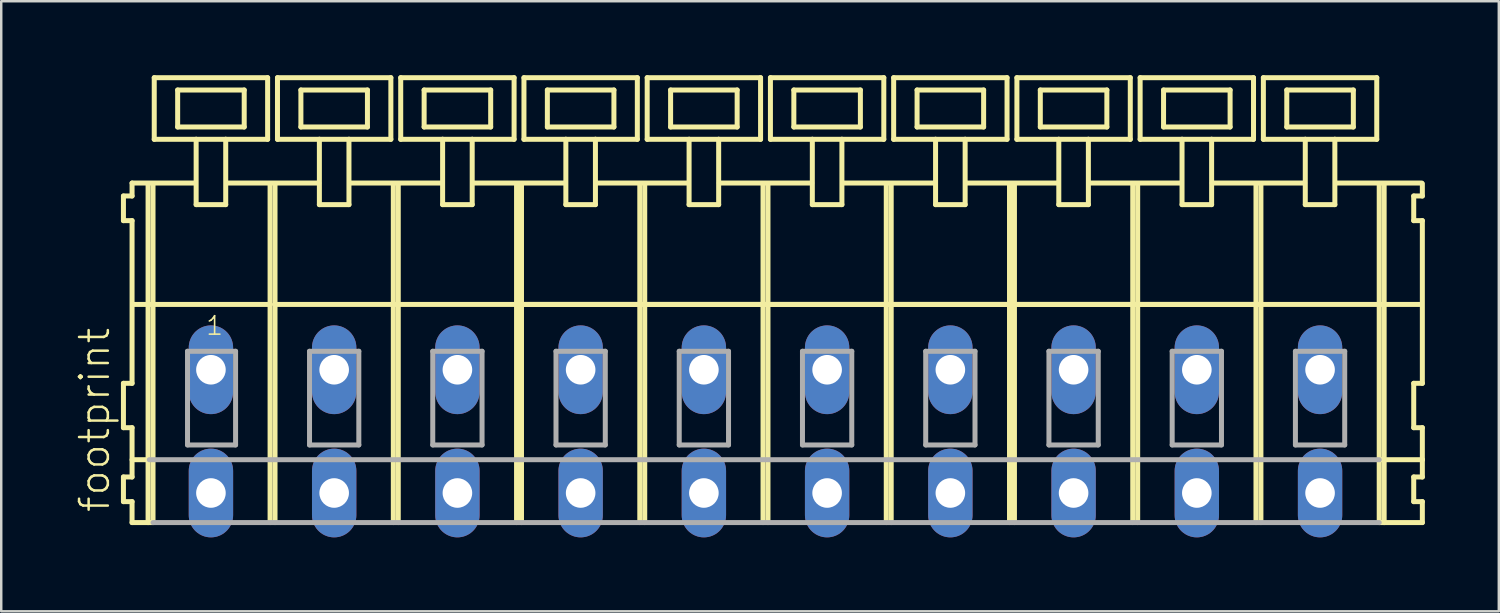
<source format=kicad_pcb>
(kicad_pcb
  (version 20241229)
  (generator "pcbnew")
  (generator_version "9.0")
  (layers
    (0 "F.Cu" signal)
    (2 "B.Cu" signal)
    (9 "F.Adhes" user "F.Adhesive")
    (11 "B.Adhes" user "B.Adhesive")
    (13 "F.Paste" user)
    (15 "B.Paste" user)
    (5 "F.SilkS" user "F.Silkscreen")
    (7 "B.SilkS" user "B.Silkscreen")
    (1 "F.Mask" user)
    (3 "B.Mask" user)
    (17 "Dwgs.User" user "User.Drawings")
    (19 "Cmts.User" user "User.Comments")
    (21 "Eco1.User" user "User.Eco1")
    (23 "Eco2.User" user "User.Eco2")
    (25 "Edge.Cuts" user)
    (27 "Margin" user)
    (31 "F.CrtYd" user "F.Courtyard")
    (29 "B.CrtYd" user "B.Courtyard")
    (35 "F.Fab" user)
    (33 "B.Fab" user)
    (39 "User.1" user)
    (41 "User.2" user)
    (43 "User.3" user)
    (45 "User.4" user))
  (footprint "footprint"
    (layer "F.Cu")
    (at 28.008 11.952)
    (property "Reference" "footprint" (at -26.535 5.855 90) (layer "F.SilkS") (effects (font (size 1.168 1.168) (thickness 0.102)) (justify left bottom)))
    (fp_line (start -26.05 -7.05) (end -26.05 -6.05) (stroke (width 0.203) (type solid)) (layer "F.SilkS"))
    (fp_line (start -26.05 -6.05) (end -25.7 -6.05) (stroke (width 0.203) (type solid)) (layer "F.SilkS"))
    (fp_line (start -26.05 0.55) (end -26.05 2.35) (stroke (width 0.203) (type solid)) (layer "F.SilkS"))
    (fp_line (start -26.05 2.35) (end -25.7 2.35) (stroke (width 0.203) (type solid)) (layer "F.SilkS"))
    (fp_line (start -26.05 4.35) (end -26.05 5.35) (stroke (width 0.203) (type solid)) (layer "F.SilkS"))
    (fp_line (start -26.05 5.35) (end -25.7 5.35) (stroke (width 0.203) (type solid)) (layer "F.SilkS"))
    (fp_line (start -25.7 -7.575) (end -25.7 -7.05) (stroke (width 0.203) (type solid)) (layer "F.SilkS"))
    (fp_line (start -25.7 -7.575) (end -23.125 -7.575) (stroke (width 0.203) (type solid)) (layer "F.SilkS"))
    (fp_line (start -25.7 -7.05) (end -26.05 -7.05) (stroke (width 0.203) (type solid)) (layer "F.SilkS"))
    (fp_line (start -25.7 -6.05) (end -25.7 0.55) (stroke (width 0.203) (type solid)) (layer "F.SilkS"))
    (fp_line (start -25.7 0.55) (end -26.05 0.55) (stroke (width 0.203) (type solid)) (layer "F.SilkS"))
    (fp_line (start -25.7 2.35) (end -25.7 4.35) (stroke (width 0.203) (type solid)) (layer "F.SilkS"))
    (fp_line (start -25.7 3.65) (end -25 3.65) (stroke (width 0.203) (type solid)) (layer "F.SilkS"))
    (fp_line (start -25.7 4.35) (end -26.05 4.35) (stroke (width 0.203) (type solid)) (layer "F.SilkS"))
    (fp_line (start -25.7 5.35) (end -25.7 6.2) (stroke (width 0.203) (type solid)) (layer "F.SilkS"))
    (fp_line (start -25.7 6.2) (end -25.05 6.2) (stroke (width 0.203) (type solid)) (layer "F.SilkS"))
    (fp_line (start -25.65 -2.65) (end -20.1 -2.65) (stroke (width 0.203) (type solid)) (layer "F.SilkS"))
    (fp_line (start -25.05 -7.55) (end -25.05 6.2) (stroke (width 0.203) (type solid)) (layer "F.SilkS"))
    (fp_line (start -25.05 6.2) (end -24.85 6.2) (stroke (width 0.203) (type solid)) (layer "F.SilkS"))
    (fp_line (start -24.85 -7.55) (end -24.85 6.2) (stroke (width 0.203) (type solid)) (layer "F.SilkS"))
    (fp_line (start -24.8 -11.85) (end -24.8 -9.35) (stroke (width 0.203) (type solid)) (layer "F.SilkS"))
    (fp_line (start -24.8 -9.35) (end -23.1 -9.35) (stroke (width 0.203) (type solid)) (layer "F.SilkS"))
    (fp_line (start -23.85 -11.35) (end -23.85 -9.85) (stroke (width 0.203) (type solid)) (layer "F.SilkS"))
    (fp_line (start -23.85 -9.85) (end -21.15 -9.85) (stroke (width 0.203) (type solid)) (layer "F.SilkS"))
    (fp_line (start -23.1 -9.35) (end -23.1 -6.7) (stroke (width 0.203) (type solid)) (layer "F.SilkS"))
    (fp_line (start -23.1 -9.35) (end -21.9 -9.35) (stroke (width 0.203) (type solid)) (layer "F.SilkS"))
    (fp_line (start -23.1 -6.7) (end -21.9 -6.7) (stroke (width 0.203) (type solid)) (layer "F.SilkS"))
    (fp_line (start -21.9 -9.35) (end -20.2 -9.35) (stroke (width 0.203) (type solid)) (layer "F.SilkS"))
    (fp_line (start -21.9 -6.7) (end -21.9 -9.35) (stroke (width 0.203) (type solid)) (layer "F.SilkS"))
    (fp_line (start -21.825 -7.575) (end -18.125 -7.575) (stroke (width 0.203) (type solid)) (layer "F.SilkS"))
    (fp_line (start -21.15 -11.35) (end -23.85 -11.35) (stroke (width 0.203) (type solid)) (layer "F.SilkS"))
    (fp_line (start -21.15 -9.85) (end -21.15 -11.35) (stroke (width 0.203) (type solid)) (layer "F.SilkS"))
    (fp_line (start -20.2 -11.85) (end -24.8 -11.85) (stroke (width 0.203) (type solid)) (layer "F.SilkS"))
    (fp_line (start -20.2 -9.35) (end -20.2 -11.85) (stroke (width 0.203) (type solid)) (layer "F.SilkS"))
    (fp_line (start -20.1 -7.55) (end -20.1 -2.65) (stroke (width 0.203) (type solid)) (layer "F.SilkS"))
    (fp_line (start -20.1 -2.65) (end -20.1 6.2) (stroke (width 0.203) (type solid)) (layer "F.SilkS"))
    (fp_line (start -19.9 -7.55) (end -19.9 -2.65) (stroke (width 0.203) (type solid)) (layer "F.SilkS"))
    (fp_line (start -19.9 -2.65) (end -19.9 6.2) (stroke (width 0.203) (type solid)) (layer "F.SilkS"))
    (fp_line (start -19.9 -2.65) (end -15.1 -2.65) (stroke (width 0.203) (type solid)) (layer "F.SilkS"))
    (fp_line (start -19.8 -11.85) (end -19.8 -9.35) (stroke (width 0.203) (type solid)) (layer "F.SilkS"))
    (fp_line (start -19.8 -9.35) (end -18.1 -9.35) (stroke (width 0.203) (type solid)) (layer "F.SilkS"))
    (fp_line (start -18.85 -11.35) (end -18.85 -9.85) (stroke (width 0.203) (type solid)) (layer "F.SilkS"))
    (fp_line (start -18.85 -9.85) (end -16.15 -9.85) (stroke (width 0.203) (type solid)) (layer "F.SilkS"))
    (fp_line (start -18.1 -9.35) (end -18.1 -6.7) (stroke (width 0.203) (type solid)) (layer "F.SilkS"))
    (fp_line (start -18.1 -9.35) (end -16.9 -9.35) (stroke (width 0.203) (type solid)) (layer "F.SilkS"))
    (fp_line (start -18.1 -6.7) (end -16.9 -6.7) (stroke (width 0.203) (type solid)) (layer "F.SilkS"))
    (fp_line (start -16.9 -9.35) (end -15.2 -9.35) (stroke (width 0.203) (type solid)) (layer "F.SilkS"))
    (fp_line (start -16.9 -6.7) (end -16.9 -9.35) (stroke (width 0.203) (type solid)) (layer "F.SilkS"))
    (fp_line (start -16.875 -7.575) (end -13.125 -7.575) (stroke (width 0.203) (type solid)) (layer "F.SilkS"))
    (fp_line (start -16.15 -11.35) (end -18.85 -11.35) (stroke (width 0.203) (type solid)) (layer "F.SilkS"))
    (fp_line (start -16.15 -9.85) (end -16.15 -11.35) (stroke (width 0.203) (type solid)) (layer "F.SilkS"))
    (fp_line (start -15.2 -11.85) (end -19.8 -11.85) (stroke (width 0.203) (type solid)) (layer "F.SilkS"))
    (fp_line (start -15.2 -9.35) (end -15.2 -11.85) (stroke (width 0.203) (type solid)) (layer "F.SilkS"))
    (fp_line (start -15.1 -7.55) (end -15.1 -2.65) (stroke (width 0.203) (type solid)) (layer "F.SilkS"))
    (fp_line (start -15.1 -2.65) (end -15.1 6.2) (stroke (width 0.203) (type solid)) (layer "F.SilkS"))
    (fp_line (start -15.1 -2.65) (end -14.9 -2.65) (stroke (width 0.203) (type solid)) (layer "F.SilkS"))
    (fp_line (start -14.9 -7.55) (end -14.9 -2.65) (stroke (width 0.203) (type solid)) (layer "F.SilkS"))
    (fp_line (start -14.9 -2.65) (end -14.9 6.2) (stroke (width 0.203) (type solid)) (layer "F.SilkS"))
    (fp_line (start -14.9 -2.65) (end -10.1 -2.65) (stroke (width 0.203) (type solid)) (layer "F.SilkS"))
    (fp_line (start -14.8 -11.85) (end -14.8 -9.35) (stroke (width 0.203) (type solid)) (layer "F.SilkS"))
    (fp_line (start -14.8 -9.35) (end -13.1 -9.35) (stroke (width 0.203) (type solid)) (layer "F.SilkS"))
    (fp_line (start -13.85 -11.35) (end -13.85 -9.85) (stroke (width 0.203) (type solid)) (layer "F.SilkS"))
    (fp_line (start -13.85 -9.85) (end -11.15 -9.85) (stroke (width 0.203) (type solid)) (layer "F.SilkS"))
    (fp_line (start -13.1 -9.35) (end -13.1 -6.7) (stroke (width 0.203) (type solid)) (layer "F.SilkS"))
    (fp_line (start -13.1 -9.35) (end -11.9 -9.35) (stroke (width 0.203) (type solid)) (layer "F.SilkS"))
    (fp_line (start -13.1 -6.7) (end -11.9 -6.7) (stroke (width 0.203) (type solid)) (layer "F.SilkS"))
    (fp_line (start -11.9 -9.35) (end -10.2 -9.35) (stroke (width 0.203) (type solid)) (layer "F.SilkS"))
    (fp_line (start -11.9 -6.7) (end -11.9 -9.35) (stroke (width 0.203) (type solid)) (layer "F.SilkS"))
    (fp_line (start -11.875 -7.575) (end -8.125 -7.575) (stroke (width 0.203) (type solid)) (layer "F.SilkS"))
    (fp_line (start -11.15 -11.35) (end -13.85 -11.35) (stroke (width 0.203) (type solid)) (layer "F.SilkS"))
    (fp_line (start -11.15 -9.85) (end -11.15 -11.35) (stroke (width 0.203) (type solid)) (layer "F.SilkS"))
    (fp_line (start -10.2 -11.85) (end -14.8 -11.85) (stroke (width 0.203) (type solid)) (layer "F.SilkS"))
    (fp_line (start -10.2 -9.35) (end -10.2 -11.85) (stroke (width 0.203) (type solid)) (layer "F.SilkS"))
    (fp_line (start -10.1 -7.55) (end -10.1 -2.65) (stroke (width 0.203) (type solid)) (layer "F.SilkS"))
    (fp_line (start -10.1 -2.65) (end -10.1 6.2) (stroke (width 0.203) (type solid)) (layer "F.SilkS"))
    (fp_line (start -10.1 -2.65) (end -9.9 -2.65) (stroke (width 0.203) (type solid)) (layer "F.SilkS"))
    (fp_line (start -10.1 -2.65) (end 24.9 -2.65) (stroke (width 0.203) (type solid)) (layer "F.SilkS"))
    (fp_line (start -9.9 -7.55) (end -9.9 -2.65) (stroke (width 0.203) (type solid)) (layer "F.SilkS"))
    (fp_line (start -9.9 -2.65) (end -9.9 6.2) (stroke (width 0.203) (type solid)) (layer "F.SilkS"))
    (fp_line (start -9.9 -2.65) (end -5.1 -2.65) (stroke (width 0.203) (type solid)) (layer "F.SilkS"))
    (fp_line (start -9.8 -11.85) (end -9.8 -9.35) (stroke (width 0.203) (type solid)) (layer "F.SilkS"))
    (fp_line (start -9.8 -9.35) (end -8.1 -9.35) (stroke (width 0.203) (type solid)) (layer "F.SilkS"))
    (fp_line (start -8.85 -11.35) (end -8.85 -9.85) (stroke (width 0.203) (type solid)) (layer "F.SilkS"))
    (fp_line (start -8.85 -9.85) (end -6.15 -9.85) (stroke (width 0.203) (type solid)) (layer "F.SilkS"))
    (fp_line (start -8.1 -9.35) (end -8.1 -6.7) (stroke (width 0.203) (type solid)) (layer "F.SilkS"))
    (fp_line (start -8.1 -9.35) (end -6.9 -9.35) (stroke (width 0.203) (type solid)) (layer "F.SilkS"))
    (fp_line (start -8.1 -6.7) (end -6.9 -6.7) (stroke (width 0.203) (type solid)) (layer "F.SilkS"))
    (fp_line (start -6.9 -9.35) (end -5.2 -9.35) (stroke (width 0.203) (type solid)) (layer "F.SilkS"))
    (fp_line (start -6.9 -6.7) (end -6.9 -9.35) (stroke (width 0.203) (type solid)) (layer "F.SilkS"))
    (fp_line (start -6.875 -7.575) (end -3.125 -7.575) (stroke (width 0.203) (type solid)) (layer "F.SilkS"))
    (fp_line (start -6.15 -11.35) (end -8.85 -11.35) (stroke (width 0.203) (type solid)) (layer "F.SilkS"))
    (fp_line (start -6.15 -9.85) (end -6.15 -11.35) (stroke (width 0.203) (type solid)) (layer "F.SilkS"))
    (fp_line (start -5.2 -11.85) (end -9.8 -11.85) (stroke (width 0.203) (type solid)) (layer "F.SilkS"))
    (fp_line (start -5.2 -9.35) (end -5.2 -11.85) (stroke (width 0.203) (type solid)) (layer "F.SilkS"))
    (fp_line (start -5.1 -7.55) (end -5.1 -2.65) (stroke (width 0.203) (type solid)) (layer "F.SilkS"))
    (fp_line (start -5.1 -2.65) (end -5.1 6.2) (stroke (width 0.203) (type solid)) (layer "F.SilkS"))
    (fp_line (start -5.1 -2.65) (end -4.9 -2.65) (stroke (width 0.203) (type solid)) (layer "F.SilkS"))
    (fp_line (start -4.9 -7.55) (end -4.9 -2.65) (stroke (width 0.203) (type solid)) (layer "F.SilkS"))
    (fp_line (start -4.9 -2.65) (end -4.9 6.2) (stroke (width 0.203) (type solid)) (layer "F.SilkS"))
    (fp_line (start -4.9 -2.65) (end -0.1 -2.65) (stroke (width 0.203) (type solid)) (layer "F.SilkS"))
    (fp_line (start -4.8 -11.85) (end -4.8 -9.35) (stroke (width 0.203) (type solid)) (layer "F.SilkS"))
    (fp_line (start -4.8 -9.35) (end -3.1 -9.35) (stroke (width 0.203) (type solid)) (layer "F.SilkS"))
    (fp_line (start -3.85 -11.35) (end -3.85 -9.85) (stroke (width 0.203) (type solid)) (layer "F.SilkS"))
    (fp_line (start -3.85 -9.85) (end -1.15 -9.85) (stroke (width 0.203) (type solid)) (layer "F.SilkS"))
    (fp_line (start -3.1 -9.35) (end -3.1 -6.7) (stroke (width 0.203) (type solid)) (layer "F.SilkS"))
    (fp_line (start -3.1 -9.35) (end -1.9 -9.35) (stroke (width 0.203) (type solid)) (layer "F.SilkS"))
    (fp_line (start -3.1 -6.7) (end -1.9 -6.7) (stroke (width 0.203) (type solid)) (layer "F.SilkS"))
    (fp_line (start -1.9 -9.35) (end -0.2 -9.35) (stroke (width 0.203) (type solid)) (layer "F.SilkS"))
    (fp_line (start -1.9 -6.7) (end -1.9 -9.35) (stroke (width 0.203) (type solid)) (layer "F.SilkS"))
    (fp_line (start -1.875 -7.575) (end 1.875 -7.575) (stroke (width 0.203) (type solid)) (layer "F.SilkS"))
    (fp_line (start -1.15 -11.35) (end -3.85 -11.35) (stroke (width 0.203) (type solid)) (layer "F.SilkS"))
    (fp_line (start -1.15 -9.85) (end -1.15 -11.35) (stroke (width 0.203) (type solid)) (layer "F.SilkS"))
    (fp_line (start -0.2 -11.85) (end -4.8 -11.85) (stroke (width 0.203) (type solid)) (layer "F.SilkS"))
    (fp_line (start -0.2 -9.35) (end -0.2 -11.85) (stroke (width 0.203) (type solid)) (layer "F.SilkS"))
    (fp_line (start -0.1 -7.55) (end -0.1 -2.65) (stroke (width 0.203) (type solid)) (layer "F.SilkS"))
    (fp_line (start -0.1 -2.65) (end -0.1 6.2) (stroke (width 0.203) (type solid)) (layer "F.SilkS"))
    (fp_line (start -0.1 -2.65) (end 0.1 -2.65) (stroke (width 0.203) (type solid)) (layer "F.SilkS"))
    (fp_line (start 0.1 -7.55) (end 0.1 -2.65) (stroke (width 0.203) (type solid)) (layer "F.SilkS"))
    (fp_line (start 0.1 -2.65) (end 0.1 6.2) (stroke (width 0.203) (type solid)) (layer "F.SilkS"))
    (fp_line (start 0.1 -2.65) (end 4.9 -2.65) (stroke (width 0.203) (type solid)) (layer "F.SilkS"))
    (fp_line (start 0.2 -11.85) (end 0.2 -9.35) (stroke (width 0.203) (type solid)) (layer "F.SilkS"))
    (fp_line (start 0.2 -9.35) (end 1.9 -9.35) (stroke (width 0.203) (type solid)) (layer "F.SilkS"))
    (fp_line (start 1.15 -11.35) (end 1.15 -9.85) (stroke (width 0.203) (type solid)) (layer "F.SilkS"))
    (fp_line (start 1.15 -9.85) (end 3.85 -9.85) (stroke (width 0.203) (type solid)) (layer "F.SilkS"))
    (fp_line (start 1.9 -9.35) (end 1.9 -6.7) (stroke (width 0.203) (type solid)) (layer "F.SilkS"))
    (fp_line (start 1.9 -9.35) (end 3.1 -9.35) (stroke (width 0.203) (type solid)) (layer "F.SilkS"))
    (fp_line (start 1.9 -6.7) (end 3.1 -6.7) (stroke (width 0.203) (type solid)) (layer "F.SilkS"))
    (fp_line (start 3.1 -9.35) (end 4.8 -9.35) (stroke (width 0.203) (type solid)) (layer "F.SilkS"))
    (fp_line (start 3.1 -6.7) (end 3.1 -9.35) (stroke (width 0.203) (type solid)) (layer "F.SilkS"))
    (fp_line (start 3.125 -7.575) (end 6.875 -7.575) (stroke (width 0.203) (type solid)) (layer "F.SilkS"))
    (fp_line (start 3.85 -11.35) (end 1.15 -11.35) (stroke (width 0.203) (type solid)) (layer "F.SilkS"))
    (fp_line (start 3.85 -9.85) (end 3.85 -11.35) (stroke (width 0.203) (type solid)) (layer "F.SilkS"))
    (fp_line (start 4.8 -11.85) (end 0.2 -11.85) (stroke (width 0.203) (type solid)) (layer "F.SilkS"))
    (fp_line (start 4.8 -9.35) (end 4.8 -11.85) (stroke (width 0.203) (type solid)) (layer "F.SilkS"))
    (fp_line (start 4.9 -7.55) (end 4.9 -2.65) (stroke (width 0.203) (type solid)) (layer "F.SilkS"))
    (fp_line (start 4.9 -2.65) (end 4.9 6.2) (stroke (width 0.203) (type solid)) (layer "F.SilkS"))
    (fp_line (start 4.9 -2.65) (end 5.1 -2.65) (stroke (width 0.203) (type solid)) (layer "F.SilkS"))
    (fp_line (start 5.1 -7.55) (end 5.1 -2.65) (stroke (width 0.203) (type solid)) (layer "F.SilkS"))
    (fp_line (start 5.1 -2.65) (end 5.1 6.2) (stroke (width 0.203) (type solid)) (layer "F.SilkS"))
    (fp_line (start 5.1 -2.65) (end 9.9 -2.65) (stroke (width 0.203) (type solid)) (layer "F.SilkS"))
    (fp_line (start 5.2 -11.85) (end 5.2 -9.35) (stroke (width 0.203) (type solid)) (layer "F.SilkS"))
    (fp_line (start 5.2 -9.35) (end 6.9 -9.35) (stroke (width 0.203) (type solid)) (layer "F.SilkS"))
    (fp_line (start 6.15 -11.35) (end 6.15 -9.85) (stroke (width 0.203) (type solid)) (layer "F.SilkS"))
    (fp_line (start 6.15 -9.85) (end 8.85 -9.85) (stroke (width 0.203) (type solid)) (layer "F.SilkS"))
    (fp_line (start 6.9 -9.35) (end 6.9 -6.7) (stroke (width 0.203) (type solid)) (layer "F.SilkS"))
    (fp_line (start 6.9 -9.35) (end 8.1 -9.35) (stroke (width 0.203) (type solid)) (layer "F.SilkS"))
    (fp_line (start 6.9 -6.7) (end 8.1 -6.7) (stroke (width 0.203) (type solid)) (layer "F.SilkS"))
    (fp_line (start 8.1 -9.35) (end 9.8 -9.35) (stroke (width 0.203) (type solid)) (layer "F.SilkS"))
    (fp_line (start 8.1 -6.7) (end 8.1 -9.35) (stroke (width 0.203) (type solid)) (layer "F.SilkS"))
    (fp_line (start 8.125 -7.575) (end 11.875 -7.575) (stroke (width 0.203) (type solid)) (layer "F.SilkS"))
    (fp_line (start 8.85 -11.35) (end 6.15 -11.35) (stroke (width 0.203) (type solid)) (layer "F.SilkS"))
    (fp_line (start 8.85 -9.85) (end 8.85 -11.35) (stroke (width 0.203) (type solid)) (layer "F.SilkS"))
    (fp_line (start 9.8 -11.85) (end 5.2 -11.85) (stroke (width 0.203) (type solid)) (layer "F.SilkS"))
    (fp_line (start 9.8 -9.35) (end 9.8 -11.85) (stroke (width 0.203) (type solid)) (layer "F.SilkS"))
    (fp_line (start 9.9 -7.55) (end 9.9 -2.65) (stroke (width 0.203) (type solid)) (layer "F.SilkS"))
    (fp_line (start 9.9 -2.65) (end 9.9 6.2) (stroke (width 0.203) (type solid)) (layer "F.SilkS"))
    (fp_line (start 9.9 -2.65) (end 10.1 -2.65) (stroke (width 0.203) (type solid)) (layer "F.SilkS"))
    (fp_line (start 10.1 -7.55) (end 10.1 -2.65) (stroke (width 0.203) (type solid)) (layer "F.SilkS"))
    (fp_line (start 10.1 -2.65) (end 10.1 6.2) (stroke (width 0.203) (type solid)) (layer "F.SilkS"))
    (fp_line (start 10.1 -2.65) (end 14.9 -2.65) (stroke (width 0.203) (type solid)) (layer "F.SilkS"))
    (fp_line (start 10.2 -11.85) (end 10.2 -9.35) (stroke (width 0.203) (type solid)) (layer "F.SilkS"))
    (fp_line (start 10.2 -9.35) (end 11.9 -9.35) (stroke (width 0.203) (type solid)) (layer "F.SilkS"))
    (fp_line (start 11.15 -11.35) (end 11.15 -9.85) (stroke (width 0.203) (type solid)) (layer "F.SilkS"))
    (fp_line (start 11.15 -9.85) (end 13.85 -9.85) (stroke (width 0.203) (type solid)) (layer "F.SilkS"))
    (fp_line (start 11.9 -9.35) (end 11.9 -6.7) (stroke (width 0.203) (type solid)) (layer "F.SilkS"))
    (fp_line (start 11.9 -9.35) (end 13.1 -9.35) (stroke (width 0.203) (type solid)) (layer "F.SilkS"))
    (fp_line (start 11.9 -6.7) (end 13.1 -6.7) (stroke (width 0.203) (type solid)) (layer "F.SilkS"))
    (fp_line (start 13.1 -9.35) (end 14.8 -9.35) (stroke (width 0.203) (type solid)) (layer "F.SilkS"))
    (fp_line (start 13.1 -6.7) (end 13.1 -9.35) (stroke (width 0.203) (type solid)) (layer "F.SilkS"))
    (fp_line (start 13.125 -7.575) (end 16.875 -7.575) (stroke (width 0.203) (type solid)) (layer "F.SilkS"))
    (fp_line (start 13.85 -11.35) (end 11.15 -11.35) (stroke (width 0.203) (type solid)) (layer "F.SilkS"))
    (fp_line (start 13.85 -9.85) (end 13.85 -11.35) (stroke (width 0.203) (type solid)) (layer "F.SilkS"))
    (fp_line (start 14.8 -11.85) (end 10.2 -11.85) (stroke (width 0.203) (type solid)) (layer "F.SilkS"))
    (fp_line (start 14.8 -9.35) (end 14.8 -11.85) (stroke (width 0.203) (type solid)) (layer "F.SilkS"))
    (fp_line (start 14.9 -7.55) (end 14.9 -2.65) (stroke (width 0.203) (type solid)) (layer "F.SilkS"))
    (fp_line (start 14.9 -2.65) (end 14.9 6.2) (stroke (width 0.203) (type solid)) (layer "F.SilkS"))
    (fp_line (start 14.9 -2.65) (end 15.1 -2.65) (stroke (width 0.203) (type solid)) (layer "F.SilkS"))
    (fp_line (start 15.1 -7.55) (end 15.1 -2.65) (stroke (width 0.203) (type solid)) (layer "F.SilkS"))
    (fp_line (start 15.1 -2.65) (end 15.1 6.2) (stroke (width 0.203) (type solid)) (layer "F.SilkS"))
    (fp_line (start 15.1 -2.65) (end 19.9 -2.65) (stroke (width 0.203) (type solid)) (layer "F.SilkS"))
    (fp_line (start 15.2 -11.85) (end 15.2 -9.35) (stroke (width 0.203) (type solid)) (layer "F.SilkS"))
    (fp_line (start 15.2 -9.35) (end 16.9 -9.35) (stroke (width 0.203) (type solid)) (layer "F.SilkS"))
    (fp_line (start 16.15 -11.35) (end 16.15 -9.85) (stroke (width 0.203) (type solid)) (layer "F.SilkS"))
    (fp_line (start 16.15 -9.85) (end 18.85 -9.85) (stroke (width 0.203) (type solid)) (layer "F.SilkS"))
    (fp_line (start 16.9 -9.35) (end 16.9 -6.7) (stroke (width 0.203) (type solid)) (layer "F.SilkS"))
    (fp_line (start 16.9 -9.35) (end 18.1 -9.35) (stroke (width 0.203) (type solid)) (layer "F.SilkS"))
    (fp_line (start 16.9 -6.7) (end 18.1 -6.7) (stroke (width 0.203) (type solid)) (layer "F.SilkS"))
    (fp_line (start 18.1 -9.35) (end 19.8 -9.35) (stroke (width 0.203) (type solid)) (layer "F.SilkS"))
    (fp_line (start 18.1 -6.7) (end 18.1 -9.35) (stroke (width 0.203) (type solid)) (layer "F.SilkS"))
    (fp_line (start 18.125 -7.575) (end 21.875 -7.575) (stroke (width 0.203) (type solid)) (layer "F.SilkS"))
    (fp_line (start 18.85 -11.35) (end 16.15 -11.35) (stroke (width 0.203) (type solid)) (layer "F.SilkS"))
    (fp_line (start 18.85 -9.85) (end 18.85 -11.35) (stroke (width 0.203) (type solid)) (layer "F.SilkS"))
    (fp_line (start 19.8 -11.85) (end 15.2 -11.85) (stroke (width 0.203) (type solid)) (layer "F.SilkS"))
    (fp_line (start 19.8 -9.35) (end 19.8 -11.85) (stroke (width 0.203) (type solid)) (layer "F.SilkS"))
    (fp_line (start 19.9 -7.55) (end 19.9 -2.65) (stroke (width 0.203) (type solid)) (layer "F.SilkS"))
    (fp_line (start 19.9 -2.65) (end 19.9 6.2) (stroke (width 0.203) (type solid)) (layer "F.SilkS"))
    (fp_line (start 19.9 -2.65) (end 20.1 -2.65) (stroke (width 0.203) (type solid)) (layer "F.SilkS"))
    (fp_line (start 20.1 -7.55) (end 20.1 -2.65) (stroke (width 0.203) (type solid)) (layer "F.SilkS"))
    (fp_line (start 20.1 -2.65) (end 20.1 6.2) (stroke (width 0.203) (type solid)) (layer "F.SilkS"))
    (fp_line (start 20.2 -11.85) (end 20.2 -9.35) (stroke (width 0.203) (type solid)) (layer "F.SilkS"))
    (fp_line (start 20.2 -9.35) (end 21.9 -9.35) (stroke (width 0.203) (type solid)) (layer "F.SilkS"))
    (fp_line (start 21.15 -11.35) (end 21.15 -9.85) (stroke (width 0.203) (type solid)) (layer "F.SilkS"))
    (fp_line (start 21.15 -9.85) (end 23.85 -9.85) (stroke (width 0.203) (type solid)) (layer "F.SilkS"))
    (fp_line (start 21.9 -9.35) (end 21.9 -6.7) (stroke (width 0.203) (type solid)) (layer "F.SilkS"))
    (fp_line (start 21.9 -9.35) (end 23.1 -9.35) (stroke (width 0.203) (type solid)) (layer "F.SilkS"))
    (fp_line (start 21.9 -6.7) (end 23.1 -6.7) (stroke (width 0.203) (type solid)) (layer "F.SilkS"))
    (fp_line (start 23.1 -9.35) (end 24.8 -9.35) (stroke (width 0.203) (type solid)) (layer "F.SilkS"))
    (fp_line (start 23.1 -6.7) (end 23.1 -9.35) (stroke (width 0.203) (type solid)) (layer "F.SilkS"))
    (fp_line (start 23.125 -7.575) (end 26.625 -7.575) (stroke (width 0.203) (type solid)) (layer "F.SilkS"))
    (fp_line (start 23.85 -11.35) (end 21.15 -11.35) (stroke (width 0.203) (type solid)) (layer "F.SilkS"))
    (fp_line (start 23.85 -9.85) (end 23.85 -11.35) (stroke (width 0.203) (type solid)) (layer "F.SilkS"))
    (fp_line (start 24.8 -11.85) (end 20.2 -11.85) (stroke (width 0.203) (type solid)) (layer "F.SilkS"))
    (fp_line (start 24.8 -9.35) (end 24.8 -11.85) (stroke (width 0.203) (type solid)) (layer "F.SilkS"))
    (fp_line (start 24.9 -7.55) (end 24.9 -2.65) (stroke (width 0.203) (type solid)) (layer "F.SilkS"))
    (fp_line (start 24.9 -2.65) (end 24.9 6.2) (stroke (width 0.203) (type solid)) (layer "F.SilkS"))
    (fp_line (start 24.9 -2.65) (end 25.1 -2.65) (stroke (width 0.203) (type solid)) (layer "F.SilkS"))
    (fp_line (start 24.9 6.2) (end 25.1 6.2) (stroke (width 0.203) (type solid)) (layer "F.SilkS"))
    (fp_line (start 24.95 3.65) (end 26.65 3.65) (stroke (width 0.203) (type solid)) (layer "F.SilkS"))
    (fp_line (start 25.1 -7.55) (end 25.1 -2.65) (stroke (width 0.203) (type solid)) (layer "F.SilkS"))
    (fp_line (start 25.1 -2.65) (end 25.1 6.2) (stroke (width 0.203) (type solid)) (layer "F.SilkS"))
    (fp_line (start 25.1 -2.65) (end 26.6 -2.65) (stroke (width 0.203) (type solid)) (layer "F.SilkS"))
    (fp_line (start 25.1 6.2) (end 26.65 6.2) (stroke (width 0.203) (type solid)) (layer "F.SilkS"))
    (fp_line (start 26.3 -7.05) (end 26.3 -6.05) (stroke (width 0.203) (type solid)) (layer "F.SilkS"))
    (fp_line (start 26.3 -6.05) (end 26.65 -6.05) (stroke (width 0.203) (type solid)) (layer "F.SilkS"))
    (fp_line (start 26.3 0.55) (end 26.3 2.35) (stroke (width 0.203) (type solid)) (layer "F.SilkS"))
    (fp_line (start 26.3 2.35) (end 26.65 2.35) (stroke (width 0.203) (type solid)) (layer "F.SilkS"))
    (fp_line (start 26.3 4.35) (end 26.3 5.35) (stroke (width 0.203) (type solid)) (layer "F.SilkS"))
    (fp_line (start 26.3 5.35) (end 26.65 5.35) (stroke (width 0.203) (type solid)) (layer "F.SilkS"))
    (fp_line (start 26.65 -7.05) (end 26.3 -7.05) (stroke (width 0.203) (type solid)) (layer "F.SilkS"))
    (fp_line (start 26.65 -7.05) (end 26.65 -7.55) (stroke (width 0.203) (type solid)) (layer "F.SilkS"))
    (fp_line (start 26.65 0.55) (end 26.3 0.55) (stroke (width 0.203) (type solid)) (layer "F.SilkS"))
    (fp_line (start 26.65 0.55) (end 26.65 -6.05) (stroke (width 0.203) (type solid)) (layer "F.SilkS"))
    (fp_line (start 26.65 3.65) (end 26.65 2.35) (stroke (width 0.203) (type solid)) (layer "F.SilkS"))
    (fp_line (start 26.65 4.35) (end 26.3 4.35) (stroke (width 0.203) (type solid)) (layer "F.SilkS"))
    (fp_line (start 26.65 4.35) (end 26.65 3.65) (stroke (width 0.203) (type solid)) (layer "F.SilkS"))
    (fp_line (start 26.65 6.2) (end 26.65 5.35) (stroke (width 0.203) (type solid)) (layer "F.SilkS"))
    (fp_line (start -25 3.65) (end 24.9 3.65) (stroke (width 0.203) (type solid)) (layer "F.Fab"))
    (fp_line (start -24.85 6.2) (end 24.9 6.2) (stroke (width 0.203) (type solid)) (layer "F.Fab"))
    (fp_line (start -23.45 -0.75) (end -23.45 3.05) (stroke (width 0.203) (type solid)) (layer "F.Fab"))
    (fp_line (start -23.45 3.05) (end -21.5 3.05) (stroke (width 0.203) (type solid)) (layer "F.Fab"))
    (fp_line (start -21.5 -0.75) (end -23.45 -0.75) (stroke (width 0.203) (type solid)) (layer "F.Fab"))
    (fp_line (start -21.5 3.05) (end -21.5 -0.75) (stroke (width 0.203) (type solid)) (layer "F.Fab"))
    (fp_line (start -18.5 -0.75) (end -18.5 3.05) (stroke (width 0.203) (type solid)) (layer "F.Fab"))
    (fp_line (start -18.5 3.05) (end -16.5 3.05) (stroke (width 0.203) (type solid)) (layer "F.Fab"))
    (fp_line (start -16.5 -0.75) (end -18.5 -0.75) (stroke (width 0.203) (type solid)) (layer "F.Fab"))
    (fp_line (start -16.5 3.05) (end -16.5 -0.75) (stroke (width 0.203) (type solid)) (layer "F.Fab"))
    (fp_line (start -13.5 -0.75) (end -13.5 3.05) (stroke (width 0.203) (type solid)) (layer "F.Fab"))
    (fp_line (start -13.5 3.05) (end -11.5 3.05) (stroke (width 0.203) (type solid)) (layer "F.Fab"))
    (fp_line (start -11.5 -0.75) (end -13.5 -0.75) (stroke (width 0.203) (type solid)) (layer "F.Fab"))
    (fp_line (start -11.5 3.05) (end -11.5 -0.75) (stroke (width 0.203) (type solid)) (layer "F.Fab"))
    (fp_line (start -8.5 -0.75) (end -8.5 3.05) (stroke (width 0.203) (type solid)) (layer "F.Fab"))
    (fp_line (start -8.5 3.05) (end -6.5 3.05) (stroke (width 0.203) (type solid)) (layer "F.Fab"))
    (fp_line (start -6.5 -0.75) (end -8.5 -0.75) (stroke (width 0.203) (type solid)) (layer "F.Fab"))
    (fp_line (start -6.5 3.05) (end -6.5 -0.75) (stroke (width 0.203) (type solid)) (layer "F.Fab"))
    (fp_line (start -3.5 -0.75) (end -3.5 3.05) (stroke (width 0.203) (type solid)) (layer "F.Fab"))
    (fp_line (start -3.5 3.05) (end -1.5 3.05) (stroke (width 0.203) (type solid)) (layer "F.Fab"))
    (fp_line (start -1.5 -0.75) (end -3.5 -0.75) (stroke (width 0.203) (type solid)) (layer "F.Fab"))
    (fp_line (start -1.5 3.05) (end -1.5 -0.75) (stroke (width 0.203) (type solid)) (layer "F.Fab"))
    (fp_line (start 1.5 -0.75) (end 1.5 3.05) (stroke (width 0.203) (type solid)) (layer "F.Fab"))
    (fp_line (start 1.5 3.05) (end 3.5 3.05) (stroke (width 0.203) (type solid)) (layer "F.Fab"))
    (fp_line (start 3.5 -0.75) (end 1.5 -0.75) (stroke (width 0.203) (type solid)) (layer "F.Fab"))
    (fp_line (start 3.5 3.05) (end 3.5 -0.75) (stroke (width 0.203) (type solid)) (layer "F.Fab"))
    (fp_line (start 6.5 -0.75) (end 6.5 3.05) (stroke (width 0.203) (type solid)) (layer "F.Fab"))
    (fp_line (start 6.5 3.05) (end 8.5 3.05) (stroke (width 0.203) (type solid)) (layer "F.Fab"))
    (fp_line (start 8.5 -0.75) (end 6.5 -0.75) (stroke (width 0.203) (type solid)) (layer "F.Fab"))
    (fp_line (start 8.5 3.05) (end 8.5 -0.75) (stroke (width 0.203) (type solid)) (layer "F.Fab"))
    (fp_line (start 11.5 -0.75) (end 11.5 3.05) (stroke (width 0.203) (type solid)) (layer "F.Fab"))
    (fp_line (start 11.5 3.05) (end 13.5 3.05) (stroke (width 0.203) (type solid)) (layer "F.Fab"))
    (fp_line (start 13.5 -0.75) (end 11.5 -0.75) (stroke (width 0.203) (type solid)) (layer "F.Fab"))
    (fp_line (start 13.5 3.05) (end 13.5 -0.75) (stroke (width 0.203) (type solid)) (layer "F.Fab"))
    (fp_line (start 16.5 -0.75) (end 16.5 3.05) (stroke (width 0.203) (type solid)) (layer "F.Fab"))
    (fp_line (start 16.5 3.05) (end 18.5 3.05) (stroke (width 0.203) (type solid)) (layer "F.Fab"))
    (fp_line (start 18.5 -0.75) (end 16.5 -0.75) (stroke (width 0.203) (type solid)) (layer "F.Fab"))
    (fp_line (start 18.5 3.05) (end 18.5 -0.75) (stroke (width 0.203) (type solid)) (layer "F.Fab"))
    (fp_line (start 21.5 -0.75) (end 21.5 3.05) (stroke (width 0.203) (type solid)) (layer "F.Fab"))
    (fp_line (start 21.5 3.05) (end 23.5 3.05) (stroke (width 0.203) (type solid)) (layer "F.Fab"))
    (fp_line (start 23.5 -0.75) (end 21.5 -0.75) (stroke (width 0.203) (type solid)) (layer "F.Fab"))
    (fp_line (start 23.5 3.05) (end 23.5 -0.75) (stroke (width 0.203) (type solid)) (layer "F.Fab"))
    (fp_text user "1" (at -22.75 -1.35 0) (layer "F.SilkS") (effects (font (size 0.748 0.748) (thickness 0.065)) (justify left bottom)))
    (pad "A1" thru_hole oval (at -22.5 0 90) (size 3.6 1.8) (drill 1.2) (layers "*.Cu" "*.Mask"))
    (pad "A2" thru_hole oval (at -17.5 0 90) (size 3.6 1.8) (drill 1.2) (layers "*.Cu" "*.Mask"))
    (pad "A3" thru_hole oval (at -12.5 0 90) (size 3.6 1.8) (drill 1.2) (layers "*.Cu" "*.Mask"))
    (pad "A4" thru_hole oval (at -7.5 0 90) (size 3.6 1.8) (drill 1.2) (layers "*.Cu" "*.Mask"))
    (pad "A5" thru_hole oval (at -2.5 0 90) (size 3.6 1.8) (drill 1.2) (layers "*.Cu" "*.Mask"))
    (pad "A6" thru_hole oval (at 2.5 0 90) (size 3.6 1.8) (drill 1.2) (layers "*.Cu" "*.Mask"))
    (pad "A7" thru_hole oval (at 7.5 0 90) (size 3.6 1.8) (drill 1.2) (layers "*.Cu" "*.Mask"))
    (pad "A8" thru_hole oval (at 12.5 0 90) (size 3.6 1.8) (drill 1.2) (layers "*.Cu" "*.Mask"))
    (pad "A9" thru_hole oval (at 17.5 0 90) (size 3.6 1.8) (drill 1.2) (layers "*.Cu" "*.Mask"))
    (pad "A10" thru_hole oval (at 22.5 0 90) (size 3.6 1.8) (drill 1.2) (layers "*.Cu" "*.Mask"))
    (pad "B1" thru_hole oval (at -22.5 5 90) (size 3.6 1.8) (drill 1.2) (layers "*.Cu" "*.Mask"))
    (pad "B2" thru_hole oval (at -17.5 5 90) (size 3.6 1.8) (drill 1.2) (layers "*.Cu" "*.Mask"))
    (pad "B3" thru_hole oval (at -12.5 5 90) (size 3.6 1.8) (drill 1.2) (layers "*.Cu" "*.Mask"))
    (pad "B4" thru_hole oval (at -7.5 5 90) (size 3.6 1.8) (drill 1.2) (layers "*.Cu" "*.Mask"))
    (pad "B5" thru_hole oval (at -2.5 5 90) (size 3.6 1.8) (drill 1.2) (layers "*.Cu" "*.Mask"))
    (pad "B6" thru_hole oval (at 2.5 5 90) (size 3.6 1.8) (drill 1.2) (layers "*.Cu" "*.Mask"))
    (pad "B7" thru_hole oval (at 7.5 5 90) (size 3.6 1.8) (drill 1.2) (layers "*.Cu" "*.Mask"))
    (pad "B8" thru_hole oval (at 12.5 5 90) (size 3.6 1.8) (drill 1.2) (layers "*.Cu" "*.Mask"))
    (pad "B9" thru_hole oval (at 17.5 5 90) (size 3.6 1.8) (drill 1.2) (layers "*.Cu" "*.Mask"))
    (pad "B10" thru_hole oval (at 22.5 5 90) (size 3.6 1.8) (drill 1.2) (layers "*.Cu" "*.Mask")))
  (gr_rect
    (start -3 -3)
    (end 57.76 21.752)
    (stroke (width 0.1) (type default))
    (fill no)
    (layer "Edge.Cuts")))
</source>
